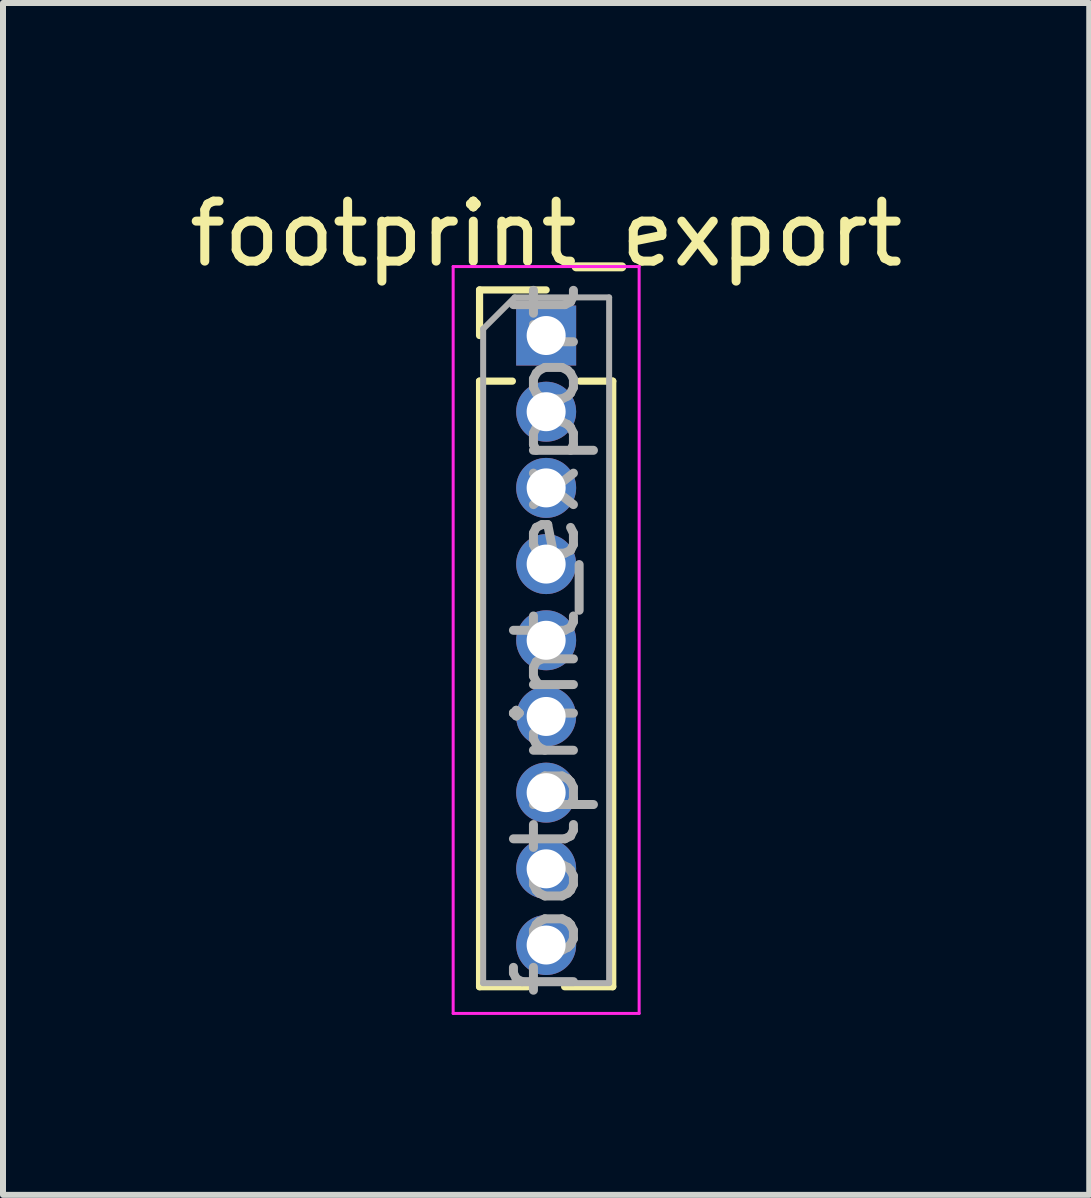
<source format=kicad_pcb>
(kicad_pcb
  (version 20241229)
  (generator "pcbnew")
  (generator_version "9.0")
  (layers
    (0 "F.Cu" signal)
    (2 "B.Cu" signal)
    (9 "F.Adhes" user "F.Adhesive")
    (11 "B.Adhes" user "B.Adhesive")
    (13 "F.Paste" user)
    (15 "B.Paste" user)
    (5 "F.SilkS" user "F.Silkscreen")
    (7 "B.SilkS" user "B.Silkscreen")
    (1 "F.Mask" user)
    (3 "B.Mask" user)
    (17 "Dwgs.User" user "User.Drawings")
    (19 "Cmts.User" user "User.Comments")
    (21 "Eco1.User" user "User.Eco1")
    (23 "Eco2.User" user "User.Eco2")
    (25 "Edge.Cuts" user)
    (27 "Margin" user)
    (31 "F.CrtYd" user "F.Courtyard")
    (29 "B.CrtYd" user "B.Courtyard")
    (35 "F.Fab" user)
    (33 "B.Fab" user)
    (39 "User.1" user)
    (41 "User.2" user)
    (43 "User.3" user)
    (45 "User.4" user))
  (footprint "footprint_export"
    (layer "F.Cu")
    (at 6.054 2.543)
    (property "Reference" "footprint_export" (at 0 -1.695 0) (layer "F.SilkS") (effects (font (size 1 1) (thickness 0.15))))
    (attr through_hole)
    (fp_line (start -1.11 -0.76) (end 0 -0.76) (stroke (width 0.12) (type solid)) (layer "F.SilkS"))
    (fp_line (start -1.11 0) (end -1.11 -0.76) (stroke (width 0.12) (type solid)) (layer "F.SilkS"))
    (fp_line (start -1.11 0.76) (end -1.11 10.855) (stroke (width 0.12) (type solid)) (layer "F.SilkS"))
    (fp_line (start -1.11 0.76) (end -0.563 0.76) (stroke (width 0.12) (type solid)) (layer "F.SilkS"))
    (fp_line (start -1.11 10.855) (end -0.308 10.855) (stroke (width 0.12) (type solid)) (layer "F.SilkS"))
    (fp_line (start 0.308 10.855) (end 1.11 10.855) (stroke (width 0.12) (type solid)) (layer "F.SilkS"))
    (fp_line (start 0.563 0.76) (end 1.11 0.76) (stroke (width 0.12) (type solid)) (layer "F.SilkS"))
    (fp_line (start 1.11 0.76) (end 1.11 10.855) (stroke (width 0.12) (type solid)) (layer "F.SilkS"))
    (fp_line (start -1.55 -1.15) (end -1.55 11.3) (stroke (width 0.05) (type solid)) (layer "F.CrtYd"))
    (fp_line (start -1.55 11.3) (end 1.55 11.3) (stroke (width 0.05) (type solid)) (layer "F.CrtYd"))
    (fp_line (start 1.55 -1.15) (end -1.55 -1.15) (stroke (width 0.05) (type solid)) (layer "F.CrtYd"))
    (fp_line (start 1.55 11.3) (end 1.55 -1.15) (stroke (width 0.05) (type solid)) (layer "F.CrtYd"))
    (fp_line (start -1.05 -0.11) (end -0.525 -0.635) (stroke (width 0.1) (type solid)) (layer "F.Fab"))
    (fp_line (start -1.05 10.795) (end -1.05 -0.11) (stroke (width 0.1) (type solid)) (layer "F.Fab"))
    (fp_line (start -0.525 -0.635) (end 1.05 -0.635) (stroke (width 0.1) (type solid)) (layer "F.Fab"))
    (fp_line (start 1.05 -0.635) (end 1.05 10.795) (stroke (width 0.1) (type solid)) (layer "F.Fab"))
    (fp_line (start 1.05 10.795) (end -1.05 10.795) (stroke (width 0.1) (type solid)) (layer "F.Fab"))
    (fp_text user "${REFERENCE}" (at 0 5.08 90) (layer "F.Fab") (effects (font (size 1 1) (thickness 0.15))))
    (pad "1" thru_hole rect (at 0 0) (size 1 1) (drill 0.65) (layers "*.Cu" "*.Mask"))
    (pad "2" thru_hole oval (at 0 1.27) (size 1 1) (drill 0.65) (layers "*.Cu" "*.Mask"))
    (pad "3" thru_hole oval (at 0 2.54) (size 1 1) (drill 0.65) (layers "*.Cu" "*.Mask"))
    (pad "4" thru_hole oval (at 0 3.81) (size 1 1) (drill 0.65) (layers "*.Cu" "*.Mask"))
    (pad "5" thru_hole oval (at 0 5.08) (size 1 1) (drill 0.65) (layers "*.Cu" "*.Mask"))
    (pad "6" thru_hole oval (at 0 6.35) (size 1 1) (drill 0.65) (layers "*.Cu" "*.Mask"))
    (pad "7" thru_hole oval (at 0 7.62) (size 1 1) (drill 0.65) (layers "*.Cu" "*.Mask"))
    (pad "8" thru_hole oval (at 0 8.89) (size 1 1) (drill 0.65) (layers "*.Cu" "*.Mask"))
    (pad "9" thru_hole oval (at 0 10.16) (size 1 1) (drill 0.65) (layers "*.Cu" "*.Mask")))
  (gr_rect
    (start -3 -3)
    (end 15.107 16.868)
    (stroke (width 0.1) (type default))
    (fill no)
    (layer "Edge.Cuts")))
</source>
